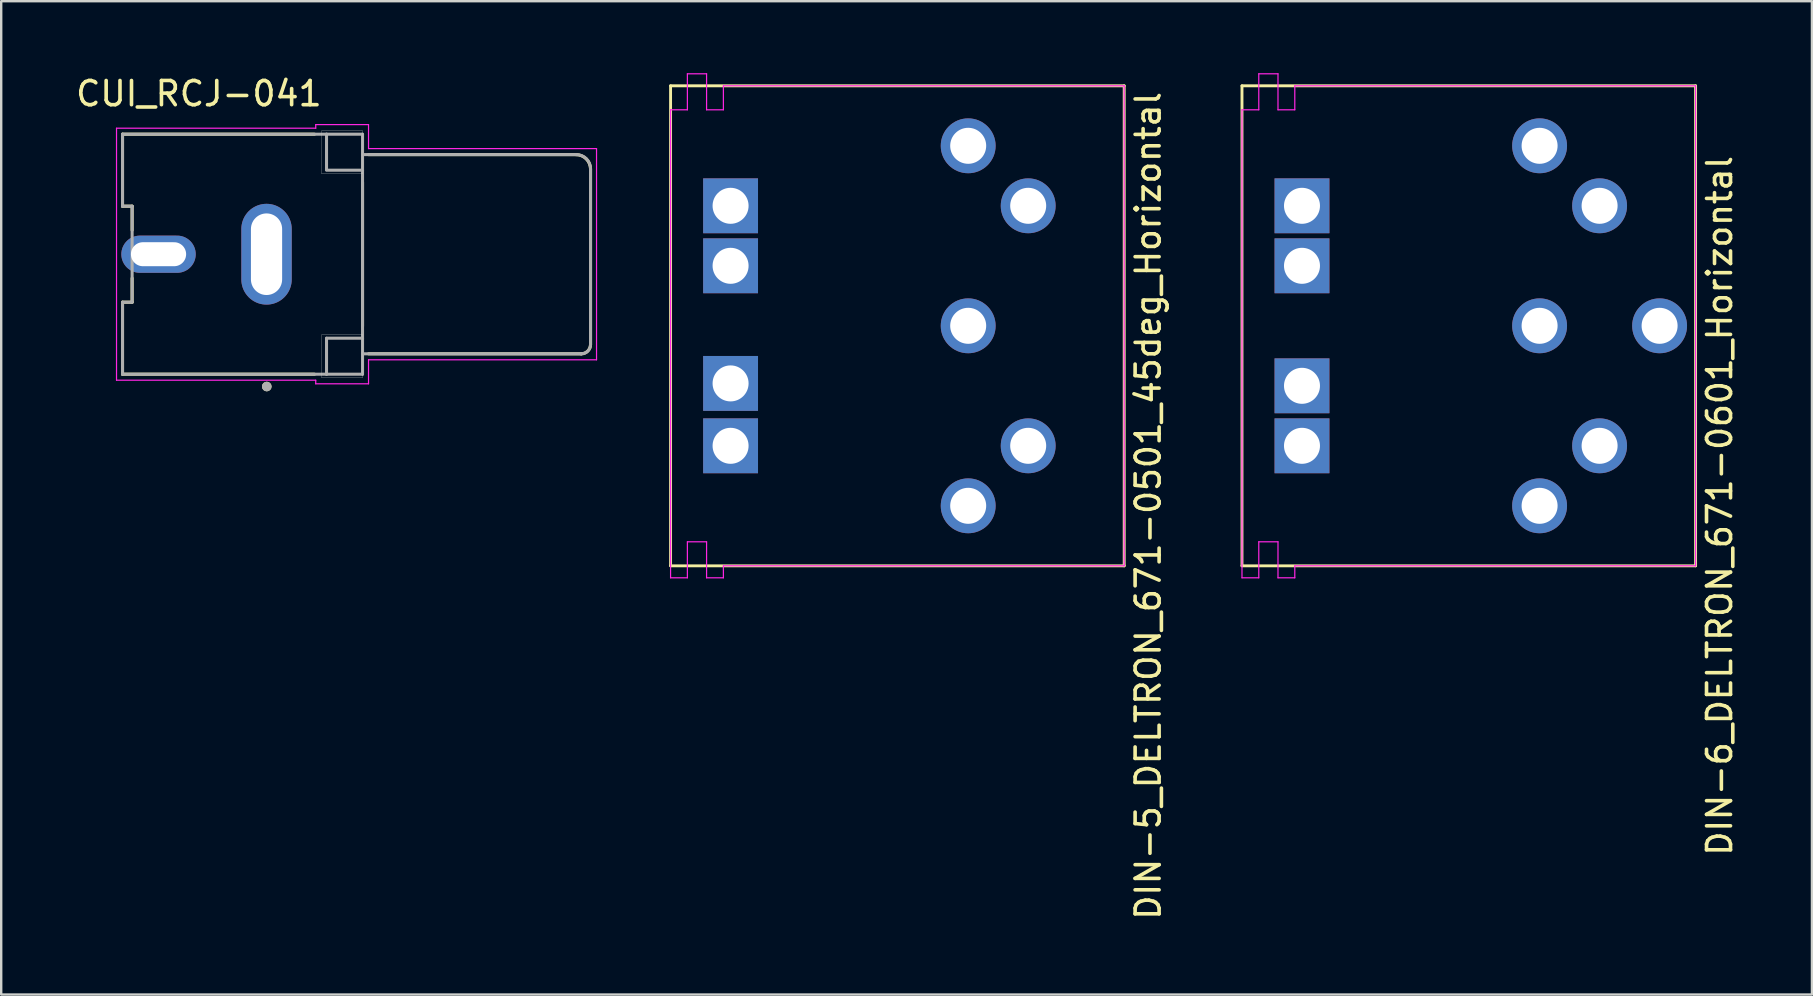
<source format=kicad_pcb>
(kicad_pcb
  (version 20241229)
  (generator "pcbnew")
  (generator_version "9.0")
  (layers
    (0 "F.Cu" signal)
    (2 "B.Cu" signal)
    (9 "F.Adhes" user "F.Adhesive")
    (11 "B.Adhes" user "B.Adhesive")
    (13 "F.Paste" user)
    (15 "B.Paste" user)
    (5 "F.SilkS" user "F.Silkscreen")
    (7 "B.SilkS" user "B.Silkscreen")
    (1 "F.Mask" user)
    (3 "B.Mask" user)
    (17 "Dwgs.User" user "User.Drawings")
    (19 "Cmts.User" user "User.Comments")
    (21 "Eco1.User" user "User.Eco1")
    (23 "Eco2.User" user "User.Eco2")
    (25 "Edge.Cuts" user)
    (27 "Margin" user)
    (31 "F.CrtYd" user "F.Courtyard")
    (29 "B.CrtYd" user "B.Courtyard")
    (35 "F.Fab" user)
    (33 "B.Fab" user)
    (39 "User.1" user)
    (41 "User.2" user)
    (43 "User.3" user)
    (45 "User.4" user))
  (footprint "DIN-5_DELTRON_671-0501_45deg_Horizontal"
    (layer "F.Cu")
    (at 37.29 18.025)
    (property "Reference" "DIN-5_DELTRON_671-0501_45deg_Horizontal" (at 7.5 0 90) (layer "F.SilkS") (effects (font (size 1 1) (thickness 0.15))))
    (attr through_hole)
    (fp_line (start -12.4 -17.5) (end -12.4 2.5) (stroke (width 0.12) (type solid)) (layer "F.SilkS"))
    (fp_line (start -12.4 2.5) (end 6.5 2.5) (stroke (width 0.12) (type solid)) (layer "F.SilkS"))
    (fp_line (start 6.5 -17.5) (end -12.4 -17.5) (stroke (width 0.12) (type solid)) (layer "F.SilkS"))
    (fp_line (start 6.5 2.5) (end 6.5 -17.5) (stroke (width 0.12) (type solid)) (layer "F.SilkS"))
    (fp_line (start -12.4 -16.5) (end -11.7 -16.5) (stroke (width 0.05) (type solid)) (layer "F.CrtYd"))
    (fp_line (start -12.4 3) (end -12.4 -16.5) (stroke (width 0.05) (type solid)) (layer "F.CrtYd"))
    (fp_line (start -12.4 3) (end -11.7 3) (stroke (width 0.05) (type solid)) (layer "F.CrtYd"))
    (fp_line (start -11.7 -18) (end -10.9 -18) (stroke (width 0.05) (type solid)) (layer "F.CrtYd"))
    (fp_line (start -11.7 -16.5) (end -11.7 -18) (stroke (width 0.05) (type solid)) (layer "F.CrtYd"))
    (fp_line (start -11.7 1.5) (end -10.9 1.5) (stroke (width 0.05) (type solid)) (layer "F.CrtYd"))
    (fp_line (start -11.7 3) (end -11.7 1.5) (stroke (width 0.05) (type solid)) (layer "F.CrtYd"))
    (fp_line (start -10.9 -18) (end -10.9 -16.5) (stroke (width 0.05) (type solid)) (layer "F.CrtYd"))
    (fp_line (start -10.9 -16.5) (end -10.2 -16.5) (stroke (width 0.05) (type solid)) (layer "F.CrtYd"))
    (fp_line (start -10.9 1.5) (end -10.9 3) (stroke (width 0.05) (type solid)) (layer "F.CrtYd"))
    (fp_line (start -10.9 3) (end -10.2 3) (stroke (width 0.05) (type solid)) (layer "F.CrtYd"))
    (fp_line (start -10.2 -17.5) (end 6.5 -17.5) (stroke (width 0.05) (type solid)) (layer "F.CrtYd"))
    (fp_line (start -10.2 -16.5) (end -10.2 -17.5) (stroke (width 0.05) (type solid)) (layer "F.CrtYd"))
    (fp_line (start -10.2 3) (end -10.2 2.5) (stroke (width 0.05) (type solid)) (layer "F.CrtYd"))
    (fp_line (start 6.5 -17.5) (end 6.5 2.5) (stroke (width 0.05) (type solid)) (layer "F.CrtYd"))
    (fp_line (start 6.5 2.5) (end -10.2 2.5) (stroke (width 0.05) (type solid)) (layer "F.CrtYd"))
    (pad "" thru_hole rect (at -9.9 -12.5) (size 2.286 2.286) (drill 1.5) (layers "*.Cu" "*.Mask"))
    (pad "" thru_hole rect (at -9.9 -10) (size 2.286 2.286) (drill 1.5) (layers "*.Cu" "*.Mask"))
    (pad "" thru_hole rect (at -9.9 -5.1) (size 2.286 2.286) (drill 1.5) (layers "*.Cu" "*.Mask"))
    (pad "" thru_hole rect (at -9.9 -2.5) (size 2.286 2.286) (drill 1.5) (layers "*.Cu" "*.Mask"))
    (pad "1" thru_hole circle (at 0 0) (size 2.286 2.286) (drill 1.5) (layers "*.Cu" "*.Mask"))
    (pad "2" thru_hole circle (at 0 -7.5) (size 2.286 2.286) (drill 1.5) (layers "*.Cu" "*.Mask"))
    (pad "3" thru_hole circle (at 0 -15) (size 2.286 2.286) (drill 1.5) (layers "*.Cu" "*.Mask"))
    (pad "4" thru_hole circle (at 2.5 -2.5) (size 2.286 2.286) (drill 1.5) (layers "*.Cu" "*.Mask"))
    (pad "5" thru_hole circle (at 2.5 -12.5 90) (size 2.286 2.286) (drill 1.5) (layers "*.Cu" "*.Mask")))
  (footprint "CUI_RCJ-041"
    (layer "F.Cu")
    (at 12.055 7.542)
    (property "Reference" "CUI_RCJ-041" (at -6.818 -6.689 0) (layer "F.SilkS") (effects (font (size 1.008 1.008) (thickness 0.15))))
    (attr through_hole)
    (fp_line (start -10 -5) (end -2 -5) (stroke (width 0.127) (type solid)) (layer "F.SilkS"))
    (fp_line (start -10 -2) (end -10 -5) (stroke (width 0.127) (type solid)) (layer "F.SilkS"))
    (fp_line (start -10 2) (end -9.6 2) (stroke (width 0.127) (type solid)) (layer "F.SilkS"))
    (fp_line (start -10 5) (end -10 2) (stroke (width 0.127) (type solid)) (layer "F.SilkS"))
    (fp_line (start -10 5) (end -2 5) (stroke (width 0.127) (type solid)) (layer "F.SilkS"))
    (fp_line (start -9.6 -2) (end -10 -2) (stroke (width 0.127) (type solid)) (layer "F.SilkS"))
    (fp_line (start -9.6 -1) (end -9.6 -2) (stroke (width 0.127) (type solid)) (layer "F.SilkS"))
    (fp_line (start -9.6 2) (end -9.6 1) (stroke (width 0.127) (type solid)) (layer "F.SilkS"))
    (fp_line (start 0 3) (end 0 -3) (stroke (width 0.127) (type solid)) (layer "F.SilkS"))
    (fp_line (start 0.25 -4.15) (end 8.89 -4.15) (stroke (width 0.127) (type solid)) (layer "F.SilkS"))
    (fp_line (start 9.11 4.15) (end 0.25 4.15) (stroke (width 0.127) (type solid)) (layer "F.SilkS"))
    (fp_line (start 9.5 -3.54) (end 9.5 3.76) (stroke (width 0.127) (type solid)) (layer "F.SilkS"))
    (fp_arc (start 8.89 -4.15) (mid 9.321335 -3.971335) (end 9.5 -3.54) (stroke (width 0.127) (type solid)) (layer "F.SilkS"))
    (fp_arc (start 9.5 3.76) (mid 9.385772 4.035772) (end 9.11 4.15) (stroke (width 0.127) (type solid)) (layer "F.SilkS"))
    (fp_circle (center -3.99 5.513) (end -3.89 5.513) (stroke (width 0.2) (type solid)) (fill no) (layer "F.SilkS"))
    (fp_line (start -1.7 -5.15) (end -1.7 -3.35) (stroke (width 0.01) (type solid)) (layer "Edge.Cuts"))
    (fp_line (start -1.7 -3.35) (end 0 -3.35) (stroke (width 0.01) (type solid)) (layer "Edge.Cuts"))
    (fp_line (start -1.7 3.35) (end -1.7 5.15) (stroke (width 0.01) (type solid)) (layer "Edge.Cuts"))
    (fp_line (start -1.7 5.15) (end 0 5.15) (stroke (width 0.01) (type solid)) (layer "Edge.Cuts"))
    (fp_line (start 0 -5.15) (end -1.7 -5.15) (stroke (width 0.01) (type solid)) (layer "Edge.Cuts"))
    (fp_line (start 0 -3.35) (end 0 -5.15) (stroke (width 0.01) (type solid)) (layer "Edge.Cuts"))
    (fp_line (start 0 3.35) (end -1.7 3.35) (stroke (width 0.01) (type solid)) (layer "Edge.Cuts"))
    (fp_line (start 0 5.15) (end 0 3.35) (stroke (width 0.01) (type solid)) (layer "Edge.Cuts"))
    (fp_line (start -10.25 -5.25) (end -10.25 5.25) (stroke (width 0.05) (type solid)) (layer "F.CrtYd"))
    (fp_line (start -10.25 5.25) (end -1.95 5.25) (stroke (width 0.05) (type solid)) (layer "F.CrtYd"))
    (fp_line (start -1.95 -5.4) (end -1.95 -5.25) (stroke (width 0.05) (type solid)) (layer "F.CrtYd"))
    (fp_line (start -1.95 -5.25) (end -10.25 -5.25) (stroke (width 0.05) (type solid)) (layer "F.CrtYd"))
    (fp_line (start -1.95 5.25) (end -1.95 5.4) (stroke (width 0.05) (type solid)) (layer "F.CrtYd"))
    (fp_line (start -1.95 5.4) (end 0.25 5.4) (stroke (width 0.05) (type solid)) (layer "F.CrtYd"))
    (fp_line (start 0.25 -5.4) (end -1.95 -5.4) (stroke (width 0.05) (type solid)) (layer "F.CrtYd"))
    (fp_line (start 0.25 -4.4) (end 0.25 -5.4) (stroke (width 0.05) (type solid)) (layer "F.CrtYd"))
    (fp_line (start 0.25 4.4) (end 9.75 4.4) (stroke (width 0.05) (type solid)) (layer "F.CrtYd"))
    (fp_line (start 0.25 5.4) (end 0.25 4.4) (stroke (width 0.05) (type solid)) (layer "F.CrtYd"))
    (fp_line (start 9.75 -4.4) (end 0.25 -4.4) (stroke (width 0.05) (type solid)) (layer "F.CrtYd"))
    (fp_line (start 9.75 4.4) (end 9.75 -4.4) (stroke (width 0.05) (type solid)) (layer "F.CrtYd"))
    (fp_line (start -10 -5) (end -1.5 -5) (stroke (width 0.127) (type solid)) (layer "F.Fab"))
    (fp_line (start -10 -2) (end -10 -5) (stroke (width 0.127) (type solid)) (layer "F.Fab"))
    (fp_line (start -10 2) (end -9.6 2) (stroke (width 0.127) (type solid)) (layer "F.Fab"))
    (fp_line (start -10 5) (end -10 2) (stroke (width 0.127) (type solid)) (layer "F.Fab"))
    (fp_line (start -9.6 -2) (end -10 -2) (stroke (width 0.127) (type solid)) (layer "F.Fab"))
    (fp_line (start -9.6 2) (end -9.6 -2) (stroke (width 0.127) (type solid)) (layer "F.Fab"))
    (fp_line (start -1.5 -5) (end -1.5 -3.525) (stroke (width 0.127) (type solid)) (layer "F.Fab"))
    (fp_line (start -1.5 -5) (end 0 -5) (stroke (width 0.127) (type solid)) (layer "F.Fab"))
    (fp_line (start -1.5 -3.5) (end 0 -3.5) (stroke (width 0.127) (type solid)) (layer "F.Fab"))
    (fp_line (start -1.5 3.5) (end 0 3.5) (stroke (width 0.127) (type solid)) (layer "F.Fab"))
    (fp_line (start -1.5 5) (end -10 5) (stroke (width 0.127) (type solid)) (layer "F.Fab"))
    (fp_line (start -1.5 5) (end -1.5 3.5) (stroke (width 0.127) (type solid)) (layer "F.Fab"))
    (fp_line (start 0 -5) (end 0 -4.15) (stroke (width 0.127) (type solid)) (layer "F.Fab"))
    (fp_line (start 0 -4.15) (end 0 -3.5) (stroke (width 0.127) (type solid)) (layer "F.Fab"))
    (fp_line (start 0 -4.15) (end 8.91 -4.15) (stroke (width 0.127) (type solid)) (layer "F.Fab"))
    (fp_line (start 0 -3.5) (end 0 3.5) (stroke (width 0.127) (type solid)) (layer "F.Fab"))
    (fp_line (start 0 3.5) (end 0 4.15) (stroke (width 0.127) (type solid)) (layer "F.Fab"))
    (fp_line (start 0 4.15) (end 0 5) (stroke (width 0.127) (type solid)) (layer "F.Fab"))
    (fp_line (start 0 5) (end -1.5 5) (stroke (width 0.127) (type solid)) (layer "F.Fab"))
    (fp_line (start 9.11 4.15) (end 0 4.15) (stroke (width 0.127) (type solid)) (layer "F.Fab"))
    (fp_line (start 9.5 -3.56) (end 9.5 3.76) (stroke (width 0.127) (type solid)) (layer "F.Fab"))
    (fp_arc (start 8.91 -4.15) (mid 9.327193 -3.977193) (end 9.5 -3.56) (stroke (width 0.127) (type solid)) (layer "F.Fab"))
    (fp_arc (start 9.5 3.76) (mid 9.385772 4.035772) (end 9.11 4.15) (stroke (width 0.127) (type solid)) (layer "F.Fab"))
    (fp_circle (center -3.99 5.513) (end -3.89 5.513) (stroke (width 0.2) (type solid)) (fill no) (layer "F.Fab"))
    (pad "1" thru_hole oval (at -4 0) (size 2.1 4.2) (drill oval 1.3 3.4) (layers "*.Cu" "*.Mask"))
    (pad "2" thru_hole oval (at -8.5 0) (size 3.1 1.55) (drill oval 2.3 1) (layers "*.Cu" "*.Mask")))
  (footprint "DIN-6_DELTRON_671-0601_Horizontal"
    (layer "F.Cu")
    (at 61.098 18.025)
    (property "Reference" "DIN-6_DELTRON_671-0601_Horizontal" (at 7.5 0 90) (layer "F.SilkS") (effects (font (size 1 1) (thickness 0.15))))
    (attr through_hole)
    (fp_line (start -12.4 -17.5) (end -12.4 2.5) (stroke (width 0.12) (type solid)) (layer "F.SilkS"))
    (fp_line (start -12.4 2.5) (end 6.5 2.5) (stroke (width 0.12) (type solid)) (layer "F.SilkS"))
    (fp_line (start 6.5 -17.5) (end -12.4 -17.5) (stroke (width 0.12) (type solid)) (layer "F.SilkS"))
    (fp_line (start 6.5 2.5) (end 6.5 -17.5) (stroke (width 0.12) (type solid)) (layer "F.SilkS"))
    (fp_line (start -12.4 -16.5) (end -11.7 -16.5) (stroke (width 0.05) (type solid)) (layer "F.CrtYd"))
    (fp_line (start -12.4 3) (end -12.4 -16.5) (stroke (width 0.05) (type solid)) (layer "F.CrtYd"))
    (fp_line (start -12.4 3) (end -11.7 3) (stroke (width 0.05) (type solid)) (layer "F.CrtYd"))
    (fp_line (start -11.7 -18) (end -10.9 -18) (stroke (width 0.05) (type solid)) (layer "F.CrtYd"))
    (fp_line (start -11.7 -16.5) (end -11.7 -18) (stroke (width 0.05) (type solid)) (layer "F.CrtYd"))
    (fp_line (start -11.7 1.5) (end -10.9 1.5) (stroke (width 0.05) (type solid)) (layer "F.CrtYd"))
    (fp_line (start -11.7 3) (end -11.7 1.5) (stroke (width 0.05) (type solid)) (layer "F.CrtYd"))
    (fp_line (start -10.9 -18) (end -10.9 -16.5) (stroke (width 0.05) (type solid)) (layer "F.CrtYd"))
    (fp_line (start -10.9 -16.5) (end -10.2 -16.5) (stroke (width 0.05) (type solid)) (layer "F.CrtYd"))
    (fp_line (start -10.9 1.5) (end -10.9 3) (stroke (width 0.05) (type solid)) (layer "F.CrtYd"))
    (fp_line (start -10.9 3) (end -10.2 3) (stroke (width 0.05) (type solid)) (layer "F.CrtYd"))
    (fp_line (start -10.2 -17.5) (end 6.5 -17.5) (stroke (width 0.05) (type solid)) (layer "F.CrtYd"))
    (fp_line (start -10.2 -16.5) (end -10.2 -17.5) (stroke (width 0.05) (type solid)) (layer "F.CrtYd"))
    (fp_line (start -10.2 3) (end -10.2 2.5) (stroke (width 0.05) (type solid)) (layer "F.CrtYd"))
    (fp_line (start 6.5 -17.5) (end 6.5 2.5) (stroke (width 0.05) (type solid)) (layer "F.CrtYd"))
    (fp_line (start 6.5 2.5) (end -10.2 2.5) (stroke (width 0.05) (type solid)) (layer "F.CrtYd"))
    (pad "" thru_hole rect (at -9.9 -12.5) (size 2.286 2.286) (drill 1.5) (layers "*.Cu" "*.Mask"))
    (pad "" thru_hole rect (at -9.9 -10) (size 2.286 2.286) (drill 1.5) (layers "*.Cu" "*.Mask"))
    (pad "" thru_hole rect (at -9.9 -5) (size 2.286 2.286) (drill 1.5) (layers "*.Cu" "*.Mask"))
    (pad "" thru_hole rect (at -9.9 -2.5) (size 2.286 2.286) (drill 1.5) (layers "*.Cu" "*.Mask"))
    (pad "1" thru_hole circle (at 0 0) (size 2.286 2.286) (drill 1.5) (layers "*.Cu" "*.Mask"))
    (pad "2" thru_hole circle (at 2.5 -2.5) (size 2.286 2.286) (drill 1.5) (layers "*.Cu" "*.Mask"))
    (pad "3" thru_hole circle (at 0 -7.5) (size 2.286 2.286) (drill 1.5) (layers "*.Cu" "*.Mask"))
    (pad "4" thru_hole circle (at 2.5 -12.5 90) (size 2.286 2.286) (drill 1.5) (layers "*.Cu" "*.Mask"))
    (pad "5" thru_hole circle (at 0 -15) (size 2.286 2.286) (drill 1.5) (layers "*.Cu" "*.Mask"))
    (pad "6" thru_hole circle (at 5 -7.5) (size 2.286 2.286) (drill 1.5) (layers "*.Cu" "*.Mask")))
  (gr_rect
    (start -3 -3)
    (end 72.446 38.388)
    (stroke (width 0.1) (type default))
    (fill no)
    (layer "Edge.Cuts")))
</source>
